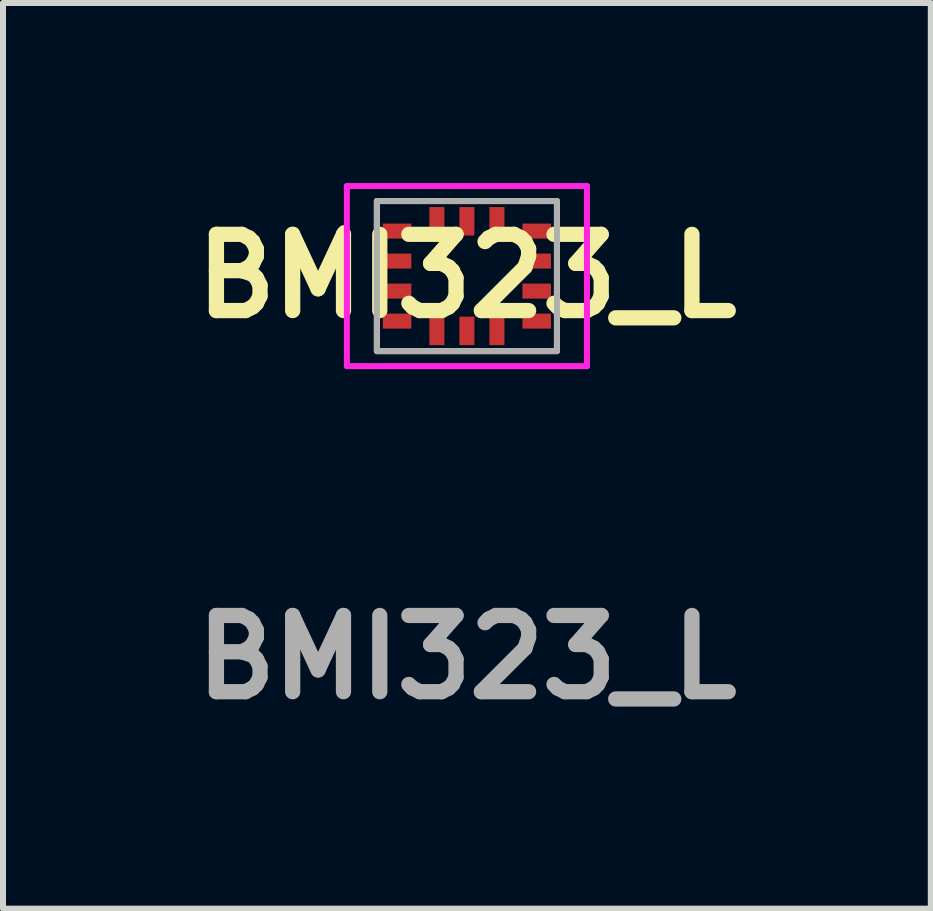
<source format=kicad_pcb>
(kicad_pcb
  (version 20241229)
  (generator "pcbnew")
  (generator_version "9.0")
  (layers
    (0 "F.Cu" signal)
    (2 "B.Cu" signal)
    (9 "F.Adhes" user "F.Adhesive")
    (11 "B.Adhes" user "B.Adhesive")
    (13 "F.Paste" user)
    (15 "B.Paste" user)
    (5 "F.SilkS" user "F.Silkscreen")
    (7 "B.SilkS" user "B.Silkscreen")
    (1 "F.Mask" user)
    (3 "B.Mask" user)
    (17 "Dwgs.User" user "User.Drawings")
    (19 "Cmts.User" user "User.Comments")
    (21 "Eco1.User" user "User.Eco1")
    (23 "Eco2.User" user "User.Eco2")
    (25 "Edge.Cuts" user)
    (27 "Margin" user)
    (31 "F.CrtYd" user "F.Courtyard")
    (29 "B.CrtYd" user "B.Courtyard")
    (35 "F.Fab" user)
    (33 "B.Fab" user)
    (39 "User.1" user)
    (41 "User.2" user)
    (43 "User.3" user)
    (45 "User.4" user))
  (footprint "BMI323_L"
    (layer "F.Cu")
    (at 4.729 1.55)
    (property "Reference" "BMI323_L" (at 0 0 0) (layer "F.SilkS") (effects (font (size 1.27 1.27) (thickness 0.254))))
    (attr smd)
    (fp_line (start -2.1 -0.75) (end -2.1 -0.75) (stroke (width 0.1) (type solid)) (layer "F.SilkS"))
    (fp_line (start -2 -0.75) (end -2 -0.75) (stroke (width 0.1) (type solid)) (layer "F.SilkS"))
    (fp_rect (start -1.5 -1.25) (end 1.5 1.25) (stroke (width 0.1) (type default)) (fill no) (layer "F.SilkS"))
    (fp_arc (start -2.1 -0.75) (mid -2.05 -0.8) (end -2 -0.75) (stroke (width 0.1) (type solid)) (layer "F.SilkS"))
    (fp_arc (start -2 -0.75) (mid -2.05 -0.7) (end -2.1 -0.75) (stroke (width 0.1) (type solid)) (layer "F.SilkS"))
    (fp_line (start -2 -1.5) (end 2 -1.5) (stroke (width 0.1) (type solid)) (layer "F.CrtYd"))
    (fp_line (start -2 1.5) (end -2 -1.5) (stroke (width 0.1) (type solid)) (layer "F.CrtYd"))
    (fp_line (start 2 -1.5) (end 2 1.5) (stroke (width 0.1) (type solid)) (layer "F.CrtYd"))
    (fp_line (start 2 1.5) (end -2 1.5) (stroke (width 0.1) (type solid)) (layer "F.CrtYd"))
    (fp_line (start -1.5 -1.25) (end 1.5 -1.25) (stroke (width 0.1) (type solid)) (layer "F.Fab"))
    (fp_line (start -1.5 1.25) (end -1.5 -1.25) (stroke (width 0.1) (type solid)) (layer "F.Fab"))
    (fp_line (start 1.5 -1.25) (end 1.5 1.25) (stroke (width 0.1) (type solid)) (layer "F.Fab"))
    (fp_line (start 1.5 1.25) (end -1.5 1.25) (stroke (width 0.1) (type solid)) (layer "F.Fab"))
    (fp_text user "${REFERENCE}" (at 0 6.35 0) (layer "F.Fab") (effects (font (size 1.27 1.27) (thickness 0.254))))
    (pad "1" smd rect (at -1.163 -0.75 90) (size 0.25 0.475) (layers "F.Cu" "F.Mask" "F.Paste"))
    (pad "2" smd rect (at -1.163 -0.25 90) (size 0.25 0.475) (layers "F.Cu" "F.Mask" "F.Paste"))
    (pad "3" smd rect (at -1.163 0.25 90) (size 0.25 0.475) (layers "F.Cu" "F.Mask" "F.Paste"))
    (pad "4" smd rect (at -1.163 0.75 90) (size 0.25 0.475) (layers "F.Cu" "F.Mask" "F.Paste"))
    (pad "5" smd rect (at -0.5 0.913) (size 0.25 0.475) (layers "F.Cu" "F.Mask" "F.Paste"))
    (pad "6" smd rect (at 0 0.913) (size 0.25 0.475) (layers "F.Cu" "F.Mask" "F.Paste"))
    (pad "7" smd rect (at 0.5 0.913) (size 0.25 0.475) (layers "F.Cu" "F.Mask" "F.Paste"))
    (pad "8" smd rect (at 1.163 0.75 90) (size 0.25 0.475) (layers "F.Cu" "F.Mask" "F.Paste"))
    (pad "9" smd rect (at 1.163 0.25 90) (size 0.25 0.475) (layers "F.Cu" "F.Mask" "F.Paste"))
    (pad "10" smd rect (at 1.163 -0.25 90) (size 0.25 0.475) (layers "F.Cu" "F.Mask" "F.Paste"))
    (pad "11" smd rect (at 1.163 -0.75 90) (size 0.25 0.475) (layers "F.Cu" "F.Mask" "F.Paste"))
    (pad "12" smd rect (at 0.5 -0.913) (size 0.25 0.475) (layers "F.Cu" "F.Mask" "F.Paste"))
    (pad "13" smd rect (at 0 -0.913) (size 0.25 0.475) (layers "F.Cu" "F.Mask" "F.Paste"))
    (pad "14" smd rect (at -0.5 -0.913) (size 0.25 0.475) (layers "F.Cu" "F.Mask" "F.Paste")))
  (gr_rect
    (start -3 -3)
    (end 12.458 12.089)
    (stroke (width 0.1) (type default))
    (fill no)
    (layer "Edge.Cuts")))
</source>
